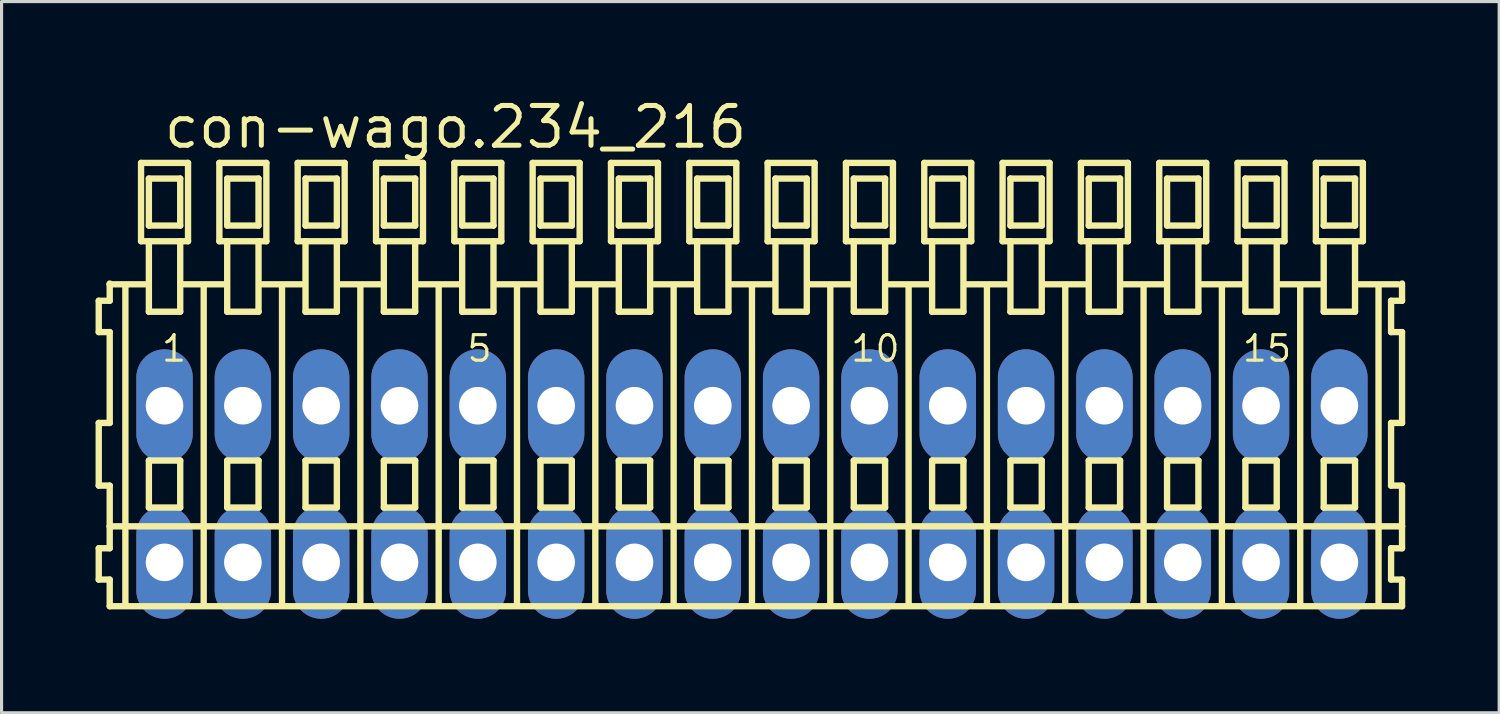
<source format=kicad_pcb>
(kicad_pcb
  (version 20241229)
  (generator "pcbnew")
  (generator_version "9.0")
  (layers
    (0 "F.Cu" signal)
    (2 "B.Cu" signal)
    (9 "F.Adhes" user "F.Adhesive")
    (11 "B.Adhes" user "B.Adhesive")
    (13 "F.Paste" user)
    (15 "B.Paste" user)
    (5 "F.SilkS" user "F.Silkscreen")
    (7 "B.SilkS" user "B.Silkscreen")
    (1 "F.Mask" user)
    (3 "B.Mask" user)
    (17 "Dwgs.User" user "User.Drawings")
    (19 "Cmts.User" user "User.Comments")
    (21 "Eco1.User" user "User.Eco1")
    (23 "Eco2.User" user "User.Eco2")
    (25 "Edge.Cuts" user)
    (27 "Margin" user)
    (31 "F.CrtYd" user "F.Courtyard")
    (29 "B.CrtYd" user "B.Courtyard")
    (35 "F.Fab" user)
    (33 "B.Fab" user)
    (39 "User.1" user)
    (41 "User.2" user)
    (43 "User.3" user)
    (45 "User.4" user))
  (footprint "con-wago.234_216"
    (layer "F.Cu")
    (at 20.952 12.4)
    (property "Reference" "con-wago.234_216" (at -18.85 -10.65 0) (layer "F.SilkS") (effects (font (size 1.27 1.27) (thickness 0.16)) (justify left bottom)))
    (attr through_hole)
    (fp_line (start -20.85 -5.85) (end -20.85 -4.85) (stroke (width 0.203) (type default)) (layer "F.SilkS"))
    (fp_line (start -20.85 -4.85) (end -20.5 -4.85) (stroke (width 0.203) (type default)) (layer "F.SilkS"))
    (fp_line (start -20.85 -1.95) (end -20.85 0.05) (stroke (width 0.203) (type default)) (layer "F.SilkS"))
    (fp_line (start -20.85 0.05) (end -20.5 0.05) (stroke (width 0.203) (type default)) (layer "F.SilkS"))
    (fp_line (start -20.85 2.05) (end -20.85 3.05) (stroke (width 0.203) (type default)) (layer "F.SilkS"))
    (fp_line (start -20.85 3.05) (end -20.5 3.05) (stroke (width 0.203) (type default)) (layer "F.SilkS"))
    (fp_line (start -20.5 -6.4) (end -20.5 -6.375) (stroke (width 0.203) (type default)) (layer "F.SilkS"))
    (fp_line (start -20.5 -6.375) (end -20.5 -5.85) (stroke (width 0.203) (type default)) (layer "F.SilkS"))
    (fp_line (start -20.5 -6.375) (end -19.375 -6.375) (stroke (width 0.203) (type default)) (layer "F.SilkS"))
    (fp_line (start -20.5 -5.85) (end -20.85 -5.85) (stroke (width 0.203) (type default)) (layer "F.SilkS"))
    (fp_line (start -20.5 -4.85) (end -20.5 -1.95) (stroke (width 0.203) (type default)) (layer "F.SilkS"))
    (fp_line (start -20.5 -1.95) (end -20.85 -1.95) (stroke (width 0.203) (type default)) (layer "F.SilkS"))
    (fp_line (start -20.5 0.05) (end -20.5 1.35) (stroke (width 0.203) (type default)) (layer "F.SilkS"))
    (fp_line (start -20.5 1.35) (end -20.5 2.05) (stroke (width 0.203) (type default)) (layer "F.SilkS"))
    (fp_line (start -20.5 1.35) (end 20.75 1.35) (stroke (width 0.203) (type default)) (layer "F.SilkS"))
    (fp_line (start -20.5 2.05) (end -20.85 2.05) (stroke (width 0.203) (type default)) (layer "F.SilkS"))
    (fp_line (start -20.5 3.05) (end -20.5 3.9) (stroke (width 0.203) (type default)) (layer "F.SilkS"))
    (fp_line (start -20.5 3.9) (end 20.75 3.9) (stroke (width 0.203) (type default)) (layer "F.SilkS"))
    (fp_line (start -20 -6.35) (end -20 3.8) (stroke (width 0.203) (type default)) (layer "F.SilkS"))
    (fp_line (start -19.5 -10.25) (end -19.5 -7.75) (stroke (width 0.203) (type default)) (layer "F.SilkS"))
    (fp_line (start -19.5 -7.75) (end -19.25 -7.75) (stroke (width 0.203) (type default)) (layer "F.SilkS"))
    (fp_line (start -19.25 -9.75) (end -19.25 -8.25) (stroke (width 0.203) (type default)) (layer "F.SilkS"))
    (fp_line (start -19.25 -8.25) (end -18.25 -8.25) (stroke (width 0.203) (type default)) (layer "F.SilkS"))
    (fp_line (start -19.25 -7.75) (end -19.25 -5.5) (stroke (width 0.203) (type default)) (layer "F.SilkS"))
    (fp_line (start -19.25 -7.75) (end -18.25 -7.75) (stroke (width 0.203) (type default)) (layer "F.SilkS"))
    (fp_line (start -19.25 -5.5) (end -18.25 -5.5) (stroke (width 0.203) (type default)) (layer "F.SilkS"))
    (fp_line (start -19.25 -0.75) (end -19.25 0.75) (stroke (width 0.203) (type default)) (layer "F.SilkS"))
    (fp_line (start -19.25 0.75) (end -18.25 0.75) (stroke (width 0.203) (type default)) (layer "F.SilkS"))
    (fp_line (start -18.25 -9.75) (end -19.25 -9.75) (stroke (width 0.203) (type default)) (layer "F.SilkS"))
    (fp_line (start -18.25 -8.25) (end -18.25 -9.75) (stroke (width 0.203) (type default)) (layer "F.SilkS"))
    (fp_line (start -18.25 -7.75) (end -18 -7.75) (stroke (width 0.203) (type default)) (layer "F.SilkS"))
    (fp_line (start -18.25 -5.5) (end -18.25 -7.75) (stroke (width 0.203) (type default)) (layer "F.SilkS"))
    (fp_line (start -18.25 -0.75) (end -19.25 -0.75) (stroke (width 0.203) (type default)) (layer "F.SilkS"))
    (fp_line (start -18.25 0.75) (end -18.25 -0.75) (stroke (width 0.203) (type default)) (layer "F.SilkS"))
    (fp_line (start -18.125 -6.375) (end -16.875 -6.375) (stroke (width 0.203) (type default)) (layer "F.SilkS"))
    (fp_line (start -18 -10.25) (end -19.5 -10.25) (stroke (width 0.203) (type default)) (layer "F.SilkS"))
    (fp_line (start -18 -7.75) (end -18 -10.25) (stroke (width 0.203) (type default)) (layer "F.SilkS"))
    (fp_line (start -17.5 -6.35) (end -17.5 3.8) (stroke (width 0.203) (type default)) (layer "F.SilkS"))
    (fp_line (start -17 -10.25) (end -17 -7.75) (stroke (width 0.203) (type default)) (layer "F.SilkS"))
    (fp_line (start -17 -7.75) (end -16.75 -7.75) (stroke (width 0.203) (type default)) (layer "F.SilkS"))
    (fp_line (start -16.75 -9.75) (end -16.75 -8.25) (stroke (width 0.203) (type default)) (layer "F.SilkS"))
    (fp_line (start -16.75 -8.25) (end -15.75 -8.25) (stroke (width 0.203) (type default)) (layer "F.SilkS"))
    (fp_line (start -16.75 -7.75) (end -16.75 -5.5) (stroke (width 0.203) (type default)) (layer "F.SilkS"))
    (fp_line (start -16.75 -7.75) (end -15.75 -7.75) (stroke (width 0.203) (type default)) (layer "F.SilkS"))
    (fp_line (start -16.75 -5.5) (end -15.75 -5.5) (stroke (width 0.203) (type default)) (layer "F.SilkS"))
    (fp_line (start -16.75 -0.75) (end -16.75 0.75) (stroke (width 0.203) (type default)) (layer "F.SilkS"))
    (fp_line (start -16.75 0.75) (end -15.75 0.75) (stroke (width 0.203) (type default)) (layer "F.SilkS"))
    (fp_line (start -15.75 -9.75) (end -16.75 -9.75) (stroke (width 0.203) (type default)) (layer "F.SilkS"))
    (fp_line (start -15.75 -8.25) (end -15.75 -9.75) (stroke (width 0.203) (type default)) (layer "F.SilkS"))
    (fp_line (start -15.75 -7.75) (end -15.5 -7.75) (stroke (width 0.203) (type default)) (layer "F.SilkS"))
    (fp_line (start -15.75 -5.5) (end -15.75 -7.75) (stroke (width 0.203) (type default)) (layer "F.SilkS"))
    (fp_line (start -15.75 -0.75) (end -16.75 -0.75) (stroke (width 0.203) (type default)) (layer "F.SilkS"))
    (fp_line (start -15.75 0.75) (end -15.75 -0.75) (stroke (width 0.203) (type default)) (layer "F.SilkS"))
    (fp_line (start -15.625 -6.375) (end -14.375 -6.375) (stroke (width 0.203) (type default)) (layer "F.SilkS"))
    (fp_line (start -15.5 -10.25) (end -17 -10.25) (stroke (width 0.203) (type default)) (layer "F.SilkS"))
    (fp_line (start -15.5 -7.75) (end -15.5 -10.25) (stroke (width 0.203) (type default)) (layer "F.SilkS"))
    (fp_line (start -15 -6.35) (end -15 3.8) (stroke (width 0.203) (type default)) (layer "F.SilkS"))
    (fp_line (start -14.5 -10.25) (end -14.5 -7.75) (stroke (width 0.203) (type default)) (layer "F.SilkS"))
    (fp_line (start -14.5 -7.75) (end -14.25 -7.75) (stroke (width 0.203) (type default)) (layer "F.SilkS"))
    (fp_line (start -14.25 -9.75) (end -14.25 -8.25) (stroke (width 0.203) (type default)) (layer "F.SilkS"))
    (fp_line (start -14.25 -8.25) (end -13.25 -8.25) (stroke (width 0.203) (type default)) (layer "F.SilkS"))
    (fp_line (start -14.25 -7.75) (end -14.25 -5.5) (stroke (width 0.203) (type default)) (layer "F.SilkS"))
    (fp_line (start -14.25 -7.75) (end -13.25 -7.75) (stroke (width 0.203) (type default)) (layer "F.SilkS"))
    (fp_line (start -14.25 -5.5) (end -13.25 -5.5) (stroke (width 0.203) (type default)) (layer "F.SilkS"))
    (fp_line (start -14.25 -0.75) (end -14.25 0.75) (stroke (width 0.203) (type default)) (layer "F.SilkS"))
    (fp_line (start -14.25 0.75) (end -13.25 0.75) (stroke (width 0.203) (type default)) (layer "F.SilkS"))
    (fp_line (start -13.25 -9.75) (end -14.25 -9.75) (stroke (width 0.203) (type default)) (layer "F.SilkS"))
    (fp_line (start -13.25 -8.25) (end -13.25 -9.75) (stroke (width 0.203) (type default)) (layer "F.SilkS"))
    (fp_line (start -13.25 -7.75) (end -13 -7.75) (stroke (width 0.203) (type default)) (layer "F.SilkS"))
    (fp_line (start -13.25 -5.5) (end -13.25 -7.75) (stroke (width 0.203) (type default)) (layer "F.SilkS"))
    (fp_line (start -13.25 -0.75) (end -14.25 -0.75) (stroke (width 0.203) (type default)) (layer "F.SilkS"))
    (fp_line (start -13.25 0.75) (end -13.25 -0.75) (stroke (width 0.203) (type default)) (layer "F.SilkS"))
    (fp_line (start -13.125 -6.375) (end -11.875 -6.375) (stroke (width 0.203) (type default)) (layer "F.SilkS"))
    (fp_line (start -13 -10.25) (end -14.5 -10.25) (stroke (width 0.203) (type default)) (layer "F.SilkS"))
    (fp_line (start -13 -7.75) (end -13 -10.25) (stroke (width 0.203) (type default)) (layer "F.SilkS"))
    (fp_line (start -12.5 -6.35) (end -12.5 3.8) (stroke (width 0.203) (type default)) (layer "F.SilkS"))
    (fp_line (start -12 -10.25) (end -12 -7.75) (stroke (width 0.203) (type default)) (layer "F.SilkS"))
    (fp_line (start -12 -7.75) (end -11.75 -7.75) (stroke (width 0.203) (type default)) (layer "F.SilkS"))
    (fp_line (start -11.75 -9.75) (end -11.75 -8.25) (stroke (width 0.203) (type default)) (layer "F.SilkS"))
    (fp_line (start -11.75 -8.25) (end -10.75 -8.25) (stroke (width 0.203) (type default)) (layer "F.SilkS"))
    (fp_line (start -11.75 -7.75) (end -11.75 -5.5) (stroke (width 0.203) (type default)) (layer "F.SilkS"))
    (fp_line (start -11.75 -7.75) (end -10.75 -7.75) (stroke (width 0.203) (type default)) (layer "F.SilkS"))
    (fp_line (start -11.75 -5.5) (end -10.75 -5.5) (stroke (width 0.203) (type default)) (layer "F.SilkS"))
    (fp_line (start -11.75 -0.75) (end -11.75 0.75) (stroke (width 0.203) (type default)) (layer "F.SilkS"))
    (fp_line (start -11.75 0.75) (end -10.75 0.75) (stroke (width 0.203) (type default)) (layer "F.SilkS"))
    (fp_line (start -10.75 -9.75) (end -11.75 -9.75) (stroke (width 0.203) (type default)) (layer "F.SilkS"))
    (fp_line (start -10.75 -8.25) (end -10.75 -9.75) (stroke (width 0.203) (type default)) (layer "F.SilkS"))
    (fp_line (start -10.75 -7.75) (end -10.5 -7.75) (stroke (width 0.203) (type default)) (layer "F.SilkS"))
    (fp_line (start -10.75 -5.5) (end -10.75 -7.75) (stroke (width 0.203) (type default)) (layer "F.SilkS"))
    (fp_line (start -10.75 -0.75) (end -11.75 -0.75) (stroke (width 0.203) (type default)) (layer "F.SilkS"))
    (fp_line (start -10.75 0.75) (end -10.75 -0.75) (stroke (width 0.203) (type default)) (layer "F.SilkS"))
    (fp_line (start -10.625 -6.375) (end -9.375 -6.375) (stroke (width 0.203) (type default)) (layer "F.SilkS"))
    (fp_line (start -10.5 -10.25) (end -12 -10.25) (stroke (width 0.203) (type default)) (layer "F.SilkS"))
    (fp_line (start -10.5 -7.75) (end -10.5 -10.25) (stroke (width 0.203) (type default)) (layer "F.SilkS"))
    (fp_line (start -10 -6.35) (end -10 3.8) (stroke (width 0.203) (type default)) (layer "F.SilkS"))
    (fp_line (start -9.5 -10.25) (end -9.5 -7.75) (stroke (width 0.203) (type default)) (layer "F.SilkS"))
    (fp_line (start -9.5 -7.75) (end -9.25 -7.75) (stroke (width 0.203) (type default)) (layer "F.SilkS"))
    (fp_line (start -9.25 -9.75) (end -9.25 -8.25) (stroke (width 0.203) (type default)) (layer "F.SilkS"))
    (fp_line (start -9.25 -8.25) (end -8.25 -8.25) (stroke (width 0.203) (type default)) (layer "F.SilkS"))
    (fp_line (start -9.25 -7.75) (end -9.25 -5.5) (stroke (width 0.203) (type default)) (layer "F.SilkS"))
    (fp_line (start -9.25 -7.75) (end -8.25 -7.75) (stroke (width 0.203) (type default)) (layer "F.SilkS"))
    (fp_line (start -9.25 -5.5) (end -8.25 -5.5) (stroke (width 0.203) (type default)) (layer "F.SilkS"))
    (fp_line (start -9.25 -0.75) (end -9.25 0.75) (stroke (width 0.203) (type default)) (layer "F.SilkS"))
    (fp_line (start -9.25 0.75) (end -8.25 0.75) (stroke (width 0.203) (type default)) (layer "F.SilkS"))
    (fp_line (start -8.25 -9.75) (end -9.25 -9.75) (stroke (width 0.203) (type default)) (layer "F.SilkS"))
    (fp_line (start -8.25 -8.25) (end -8.25 -9.75) (stroke (width 0.203) (type default)) (layer "F.SilkS"))
    (fp_line (start -8.25 -7.75) (end -8 -7.75) (stroke (width 0.203) (type default)) (layer "F.SilkS"))
    (fp_line (start -8.25 -5.5) (end -8.25 -7.75) (stroke (width 0.203) (type default)) (layer "F.SilkS"))
    (fp_line (start -8.25 -0.75) (end -9.25 -0.75) (stroke (width 0.203) (type default)) (layer "F.SilkS"))
    (fp_line (start -8.25 0.75) (end -8.25 -0.75) (stroke (width 0.203) (type default)) (layer "F.SilkS"))
    (fp_line (start -8.125 -6.375) (end -6.875 -6.375) (stroke (width 0.203) (type default)) (layer "F.SilkS"))
    (fp_line (start -8 -10.25) (end -9.5 -10.25) (stroke (width 0.203) (type default)) (layer "F.SilkS"))
    (fp_line (start -8 -7.75) (end -8 -10.25) (stroke (width 0.203) (type default)) (layer "F.SilkS"))
    (fp_line (start -7.5 -6.35) (end -7.5 3.8) (stroke (width 0.203) (type default)) (layer "F.SilkS"))
    (fp_line (start -7 -10.25) (end -7 -7.75) (stroke (width 0.203) (type default)) (layer "F.SilkS"))
    (fp_line (start -7 -7.75) (end -6.75 -7.75) (stroke (width 0.203) (type default)) (layer "F.SilkS"))
    (fp_line (start -6.75 -9.75) (end -6.75 -8.25) (stroke (width 0.203) (type default)) (layer "F.SilkS"))
    (fp_line (start -6.75 -8.25) (end -5.75 -8.25) (stroke (width 0.203) (type default)) (layer "F.SilkS"))
    (fp_line (start -6.75 -7.75) (end -6.75 -5.5) (stroke (width 0.203) (type default)) (layer "F.SilkS"))
    (fp_line (start -6.75 -7.75) (end -5.75 -7.75) (stroke (width 0.203) (type default)) (layer "F.SilkS"))
    (fp_line (start -6.75 -5.5) (end -5.75 -5.5) (stroke (width 0.203) (type default)) (layer "F.SilkS"))
    (fp_line (start -6.75 -0.75) (end -6.75 0.75) (stroke (width 0.203) (type default)) (layer "F.SilkS"))
    (fp_line (start -6.75 0.75) (end -5.75 0.75) (stroke (width 0.203) (type default)) (layer "F.SilkS"))
    (fp_line (start -5.75 -9.75) (end -6.75 -9.75) (stroke (width 0.203) (type default)) (layer "F.SilkS"))
    (fp_line (start -5.75 -8.25) (end -5.75 -9.75) (stroke (width 0.203) (type default)) (layer "F.SilkS"))
    (fp_line (start -5.75 -7.75) (end -5.5 -7.75) (stroke (width 0.203) (type default)) (layer "F.SilkS"))
    (fp_line (start -5.75 -5.5) (end -5.75 -7.75) (stroke (width 0.203) (type default)) (layer "F.SilkS"))
    (fp_line (start -5.75 -0.75) (end -6.75 -0.75) (stroke (width 0.203) (type default)) (layer "F.SilkS"))
    (fp_line (start -5.75 0.75) (end -5.75 -0.75) (stroke (width 0.203) (type default)) (layer "F.SilkS"))
    (fp_line (start -5.625 -6.375) (end -4.375 -6.375) (stroke (width 0.203) (type default)) (layer "F.SilkS"))
    (fp_line (start -5.5 -10.25) (end -7 -10.25) (stroke (width 0.203) (type default)) (layer "F.SilkS"))
    (fp_line (start -5.5 -7.75) (end -5.5 -10.25) (stroke (width 0.203) (type default)) (layer "F.SilkS"))
    (fp_line (start -5 -6.35) (end -5 3.8) (stroke (width 0.203) (type default)) (layer "F.SilkS"))
    (fp_line (start -4.5 -10.25) (end -4.5 -7.75) (stroke (width 0.203) (type default)) (layer "F.SilkS"))
    (fp_line (start -4.5 -7.75) (end -4.25 -7.75) (stroke (width 0.203) (type default)) (layer "F.SilkS"))
    (fp_line (start -4.25 -9.75) (end -4.25 -8.25) (stroke (width 0.203) (type default)) (layer "F.SilkS"))
    (fp_line (start -4.25 -8.25) (end -3.25 -8.25) (stroke (width 0.203) (type default)) (layer "F.SilkS"))
    (fp_line (start -4.25 -7.75) (end -4.25 -5.5) (stroke (width 0.203) (type default)) (layer "F.SilkS"))
    (fp_line (start -4.25 -7.75) (end -3.25 -7.75) (stroke (width 0.203) (type default)) (layer "F.SilkS"))
    (fp_line (start -4.25 -5.5) (end -3.25 -5.5) (stroke (width 0.203) (type default)) (layer "F.SilkS"))
    (fp_line (start -4.25 -0.75) (end -4.25 0.75) (stroke (width 0.203) (type default)) (layer "F.SilkS"))
    (fp_line (start -4.25 0.75) (end -3.25 0.75) (stroke (width 0.203) (type default)) (layer "F.SilkS"))
    (fp_line (start -3.25 -9.75) (end -4.25 -9.75) (stroke (width 0.203) (type default)) (layer "F.SilkS"))
    (fp_line (start -3.25 -8.25) (end -3.25 -9.75) (stroke (width 0.203) (type default)) (layer "F.SilkS"))
    (fp_line (start -3.25 -7.75) (end -3 -7.75) (stroke (width 0.203) (type default)) (layer "F.SilkS"))
    (fp_line (start -3.25 -5.5) (end -3.25 -7.75) (stroke (width 0.203) (type default)) (layer "F.SilkS"))
    (fp_line (start -3.25 -0.75) (end -4.25 -0.75) (stroke (width 0.203) (type default)) (layer "F.SilkS"))
    (fp_line (start -3.25 0.75) (end -3.25 -0.75) (stroke (width 0.203) (type default)) (layer "F.SilkS"))
    (fp_line (start -3.125 -6.375) (end -1.875 -6.375) (stroke (width 0.203) (type default)) (layer "F.SilkS"))
    (fp_line (start -3 -10.25) (end -4.5 -10.25) (stroke (width 0.203) (type default)) (layer "F.SilkS"))
    (fp_line (start -3 -7.75) (end -3 -10.25) (stroke (width 0.203) (type default)) (layer "F.SilkS"))
    (fp_line (start -2.5 -6.35) (end -2.5 3.8) (stroke (width 0.203) (type default)) (layer "F.SilkS"))
    (fp_line (start -2 -10.25) (end -2 -7.75) (stroke (width 0.203) (type default)) (layer "F.SilkS"))
    (fp_line (start -2 -7.75) (end -1.75 -7.75) (stroke (width 0.203) (type default)) (layer "F.SilkS"))
    (fp_line (start -1.75 -9.75) (end -1.75 -8.25) (stroke (width 0.203) (type default)) (layer "F.SilkS"))
    (fp_line (start -1.75 -8.25) (end -0.75 -8.25) (stroke (width 0.203) (type default)) (layer "F.SilkS"))
    (fp_line (start -1.75 -7.75) (end -1.75 -5.5) (stroke (width 0.203) (type default)) (layer "F.SilkS"))
    (fp_line (start -1.75 -7.75) (end -0.75 -7.75) (stroke (width 0.203) (type default)) (layer "F.SilkS"))
    (fp_line (start -1.75 -5.5) (end -0.75 -5.5) (stroke (width 0.203) (type default)) (layer "F.SilkS"))
    (fp_line (start -1.75 -0.75) (end -1.75 0.75) (stroke (width 0.203) (type default)) (layer "F.SilkS"))
    (fp_line (start -1.75 0.75) (end -0.75 0.75) (stroke (width 0.203) (type default)) (layer "F.SilkS"))
    (fp_line (start -0.75 -9.75) (end -1.75 -9.75) (stroke (width 0.203) (type default)) (layer "F.SilkS"))
    (fp_line (start -0.75 -8.25) (end -0.75 -9.75) (stroke (width 0.203) (type default)) (layer "F.SilkS"))
    (fp_line (start -0.75 -7.75) (end -0.5 -7.75) (stroke (width 0.203) (type default)) (layer "F.SilkS"))
    (fp_line (start -0.75 -5.5) (end -0.75 -7.75) (stroke (width 0.203) (type default)) (layer "F.SilkS"))
    (fp_line (start -0.75 -0.75) (end -1.75 -0.75) (stroke (width 0.203) (type default)) (layer "F.SilkS"))
    (fp_line (start -0.75 0.75) (end -0.75 -0.75) (stroke (width 0.203) (type default)) (layer "F.SilkS"))
    (fp_line (start -0.625 -6.375) (end 0.625 -6.375) (stroke (width 0.203) (type default)) (layer "F.SilkS"))
    (fp_line (start -0.5 -10.25) (end -2 -10.25) (stroke (width 0.203) (type default)) (layer "F.SilkS"))
    (fp_line (start -0.5 -7.75) (end -0.5 -10.25) (stroke (width 0.203) (type default)) (layer "F.SilkS"))
    (fp_line (start 0 -6.35) (end 0 3.8) (stroke (width 0.203) (type default)) (layer "F.SilkS"))
    (fp_line (start 0.5 -10.25) (end 0.5 -7.75) (stroke (width 0.203) (type default)) (layer "F.SilkS"))
    (fp_line (start 0.5 -7.75) (end 0.75 -7.75) (stroke (width 0.203) (type default)) (layer "F.SilkS"))
    (fp_line (start 0.75 -9.75) (end 0.75 -8.25) (stroke (width 0.203) (type default)) (layer "F.SilkS"))
    (fp_line (start 0.75 -8.25) (end 1.75 -8.25) (stroke (width 0.203) (type default)) (layer "F.SilkS"))
    (fp_line (start 0.75 -7.75) (end 0.75 -5.5) (stroke (width 0.203) (type default)) (layer "F.SilkS"))
    (fp_line (start 0.75 -7.75) (end 1.75 -7.75) (stroke (width 0.203) (type default)) (layer "F.SilkS"))
    (fp_line (start 0.75 -5.5) (end 1.75 -5.5) (stroke (width 0.203) (type default)) (layer "F.SilkS"))
    (fp_line (start 0.75 -0.75) (end 0.75 0.75) (stroke (width 0.203) (type default)) (layer "F.SilkS"))
    (fp_line (start 0.75 0.75) (end 1.75 0.75) (stroke (width 0.203) (type default)) (layer "F.SilkS"))
    (fp_line (start 1.75 -9.75) (end 0.75 -9.75) (stroke (width 0.203) (type default)) (layer "F.SilkS"))
    (fp_line (start 1.75 -8.25) (end 1.75 -9.75) (stroke (width 0.203) (type default)) (layer "F.SilkS"))
    (fp_line (start 1.75 -7.75) (end 2 -7.75) (stroke (width 0.203) (type default)) (layer "F.SilkS"))
    (fp_line (start 1.75 -5.5) (end 1.75 -7.75) (stroke (width 0.203) (type default)) (layer "F.SilkS"))
    (fp_line (start 1.75 -0.75) (end 0.75 -0.75) (stroke (width 0.203) (type default)) (layer "F.SilkS"))
    (fp_line (start 1.75 0.75) (end 1.75 -0.75) (stroke (width 0.203) (type default)) (layer "F.SilkS"))
    (fp_line (start 1.875 -6.375) (end 3.125 -6.375) (stroke (width 0.203) (type default)) (layer "F.SilkS"))
    (fp_line (start 2 -10.25) (end 0.5 -10.25) (stroke (width 0.203) (type default)) (layer "F.SilkS"))
    (fp_line (start 2 -7.75) (end 2 -10.25) (stroke (width 0.203) (type default)) (layer "F.SilkS"))
    (fp_line (start 2.5 -6.35) (end 2.5 3.8) (stroke (width 0.203) (type default)) (layer "F.SilkS"))
    (fp_line (start 3 -10.25) (end 3 -7.75) (stroke (width 0.203) (type default)) (layer "F.SilkS"))
    (fp_line (start 3 -7.75) (end 3.25 -7.75) (stroke (width 0.203) (type default)) (layer "F.SilkS"))
    (fp_line (start 3.25 -9.75) (end 3.25 -8.25) (stroke (width 0.203) (type default)) (layer "F.SilkS"))
    (fp_line (start 3.25 -8.25) (end 4.25 -8.25) (stroke (width 0.203) (type default)) (layer "F.SilkS"))
    (fp_line (start 3.25 -7.75) (end 3.25 -5.5) (stroke (width 0.203) (type default)) (layer "F.SilkS"))
    (fp_line (start 3.25 -7.75) (end 4.25 -7.75) (stroke (width 0.203) (type default)) (layer "F.SilkS"))
    (fp_line (start 3.25 -5.5) (end 4.25 -5.5) (stroke (width 0.203) (type default)) (layer "F.SilkS"))
    (fp_line (start 3.25 -0.75) (end 3.25 0.75) (stroke (width 0.203) (type default)) (layer "F.SilkS"))
    (fp_line (start 3.25 0.75) (end 4.25 0.75) (stroke (width 0.203) (type default)) (layer "F.SilkS"))
    (fp_line (start 4.25 -9.75) (end 3.25 -9.75) (stroke (width 0.203) (type default)) (layer "F.SilkS"))
    (fp_line (start 4.25 -8.25) (end 4.25 -9.75) (stroke (width 0.203) (type default)) (layer "F.SilkS"))
    (fp_line (start 4.25 -7.75) (end 4.5 -7.75) (stroke (width 0.203) (type default)) (layer "F.SilkS"))
    (fp_line (start 4.25 -5.5) (end 4.25 -7.75) (stroke (width 0.203) (type default)) (layer "F.SilkS"))
    (fp_line (start 4.25 -0.75) (end 3.25 -0.75) (stroke (width 0.203) (type default)) (layer "F.SilkS"))
    (fp_line (start 4.25 0.75) (end 4.25 -0.75) (stroke (width 0.203) (type default)) (layer "F.SilkS"))
    (fp_line (start 4.375 -6.375) (end 5.625 -6.375) (stroke (width 0.203) (type default)) (layer "F.SilkS"))
    (fp_line (start 4.5 -10.25) (end 3 -10.25) (stroke (width 0.203) (type default)) (layer "F.SilkS"))
    (fp_line (start 4.5 -7.75) (end 4.5 -10.25) (stroke (width 0.203) (type default)) (layer "F.SilkS"))
    (fp_line (start 5 -6.35) (end 5 3.8) (stroke (width 0.203) (type default)) (layer "F.SilkS"))
    (fp_line (start 5.5 -10.25) (end 5.5 -7.75) (stroke (width 0.203) (type default)) (layer "F.SilkS"))
    (fp_line (start 5.5 -7.75) (end 5.75 -7.75) (stroke (width 0.203) (type default)) (layer "F.SilkS"))
    (fp_line (start 5.75 -9.75) (end 5.75 -8.25) (stroke (width 0.203) (type default)) (layer "F.SilkS"))
    (fp_line (start 5.75 -8.25) (end 6.75 -8.25) (stroke (width 0.203) (type default)) (layer "F.SilkS"))
    (fp_line (start 5.75 -7.75) (end 5.75 -5.5) (stroke (width 0.203) (type default)) (layer "F.SilkS"))
    (fp_line (start 5.75 -7.75) (end 6.75 -7.75) (stroke (width 0.203) (type default)) (layer "F.SilkS"))
    (fp_line (start 5.75 -5.5) (end 6.75 -5.5) (stroke (width 0.203) (type default)) (layer "F.SilkS"))
    (fp_line (start 5.75 -0.75) (end 5.75 0.75) (stroke (width 0.203) (type default)) (layer "F.SilkS"))
    (fp_line (start 5.75 0.75) (end 6.75 0.75) (stroke (width 0.203) (type default)) (layer "F.SilkS"))
    (fp_line (start 6.75 -9.75) (end 5.75 -9.75) (stroke (width 0.203) (type default)) (layer "F.SilkS"))
    (fp_line (start 6.75 -8.25) (end 6.75 -9.75) (stroke (width 0.203) (type default)) (layer "F.SilkS"))
    (fp_line (start 6.75 -7.75) (end 7 -7.75) (stroke (width 0.203) (type default)) (layer "F.SilkS"))
    (fp_line (start 6.75 -5.5) (end 6.75 -7.75) (stroke (width 0.203) (type default)) (layer "F.SilkS"))
    (fp_line (start 6.75 -0.75) (end 5.75 -0.75) (stroke (width 0.203) (type default)) (layer "F.SilkS"))
    (fp_line (start 6.75 0.75) (end 6.75 -0.75) (stroke (width 0.203) (type default)) (layer "F.SilkS"))
    (fp_line (start 6.875 -6.375) (end 8.125 -6.375) (stroke (width 0.203) (type default)) (layer "F.SilkS"))
    (fp_line (start 7 -10.25) (end 5.5 -10.25) (stroke (width 0.203) (type default)) (layer "F.SilkS"))
    (fp_line (start 7 -7.75) (end 7 -10.25) (stroke (width 0.203) (type default)) (layer "F.SilkS"))
    (fp_line (start 7.5 -6.35) (end 7.5 3.8) (stroke (width 0.203) (type default)) (layer "F.SilkS"))
    (fp_line (start 8 -10.25) (end 8 -7.75) (stroke (width 0.203) (type default)) (layer "F.SilkS"))
    (fp_line (start 8 -7.75) (end 8.25 -7.75) (stroke (width 0.203) (type default)) (layer "F.SilkS"))
    (fp_line (start 8.25 -9.75) (end 8.25 -8.25) (stroke (width 0.203) (type default)) (layer "F.SilkS"))
    (fp_line (start 8.25 -8.25) (end 9.25 -8.25) (stroke (width 0.203) (type default)) (layer "F.SilkS"))
    (fp_line (start 8.25 -7.75) (end 8.25 -5.5) (stroke (width 0.203) (type default)) (layer "F.SilkS"))
    (fp_line (start 8.25 -7.75) (end 9.25 -7.75) (stroke (width 0.203) (type default)) (layer "F.SilkS"))
    (fp_line (start 8.25 -5.5) (end 9.25 -5.5) (stroke (width 0.203) (type default)) (layer "F.SilkS"))
    (fp_line (start 8.25 -0.75) (end 8.25 0.75) (stroke (width 0.203) (type default)) (layer "F.SilkS"))
    (fp_line (start 8.25 0.75) (end 9.25 0.75) (stroke (width 0.203) (type default)) (layer "F.SilkS"))
    (fp_line (start 9.25 -9.75) (end 8.25 -9.75) (stroke (width 0.203) (type default)) (layer "F.SilkS"))
    (fp_line (start 9.25 -8.25) (end 9.25 -9.75) (stroke (width 0.203) (type default)) (layer "F.SilkS"))
    (fp_line (start 9.25 -7.75) (end 9.5 -7.75) (stroke (width 0.203) (type default)) (layer "F.SilkS"))
    (fp_line (start 9.25 -5.5) (end 9.25 -7.75) (stroke (width 0.203) (type default)) (layer "F.SilkS"))
    (fp_line (start 9.25 -0.75) (end 8.25 -0.75) (stroke (width 0.203) (type default)) (layer "F.SilkS"))
    (fp_line (start 9.25 0.75) (end 9.25 -0.75) (stroke (width 0.203) (type default)) (layer "F.SilkS"))
    (fp_line (start 9.375 -6.375) (end 10.625 -6.375) (stroke (width 0.203) (type default)) (layer "F.SilkS"))
    (fp_line (start 9.5 -10.25) (end 8 -10.25) (stroke (width 0.203) (type default)) (layer "F.SilkS"))
    (fp_line (start 9.5 -7.75) (end 9.5 -10.25) (stroke (width 0.203) (type default)) (layer "F.SilkS"))
    (fp_line (start 10 -6.35) (end 10 3.8) (stroke (width 0.203) (type default)) (layer "F.SilkS"))
    (fp_line (start 10.5 -10.25) (end 10.5 -7.75) (stroke (width 0.203) (type default)) (layer "F.SilkS"))
    (fp_line (start 10.5 -7.75) (end 10.75 -7.75) (stroke (width 0.203) (type default)) (layer "F.SilkS"))
    (fp_line (start 10.75 -9.75) (end 10.75 -8.25) (stroke (width 0.203) (type default)) (layer "F.SilkS"))
    (fp_line (start 10.75 -8.25) (end 11.75 -8.25) (stroke (width 0.203) (type default)) (layer "F.SilkS"))
    (fp_line (start 10.75 -7.75) (end 10.75 -5.5) (stroke (width 0.203) (type default)) (layer "F.SilkS"))
    (fp_line (start 10.75 -7.75) (end 11.75 -7.75) (stroke (width 0.203) (type default)) (layer "F.SilkS"))
    (fp_line (start 10.75 -5.5) (end 11.75 -5.5) (stroke (width 0.203) (type default)) (layer "F.SilkS"))
    (fp_line (start 10.75 -0.75) (end 10.75 0.75) (stroke (width 0.203) (type default)) (layer "F.SilkS"))
    (fp_line (start 10.75 0.75) (end 11.75 0.75) (stroke (width 0.203) (type default)) (layer "F.SilkS"))
    (fp_line (start 11.75 -9.75) (end 10.75 -9.75) (stroke (width 0.203) (type default)) (layer "F.SilkS"))
    (fp_line (start 11.75 -8.25) (end 11.75 -9.75) (stroke (width 0.203) (type default)) (layer "F.SilkS"))
    (fp_line (start 11.75 -7.75) (end 12 -7.75) (stroke (width 0.203) (type default)) (layer "F.SilkS"))
    (fp_line (start 11.75 -5.5) (end 11.75 -7.75) (stroke (width 0.203) (type default)) (layer "F.SilkS"))
    (fp_line (start 11.75 -0.75) (end 10.75 -0.75) (stroke (width 0.203) (type default)) (layer "F.SilkS"))
    (fp_line (start 11.75 0.75) (end 11.75 -0.75) (stroke (width 0.203) (type default)) (layer "F.SilkS"))
    (fp_line (start 11.875 -6.375) (end 13.125 -6.375) (stroke (width 0.203) (type default)) (layer "F.SilkS"))
    (fp_line (start 12 -10.25) (end 10.5 -10.25) (stroke (width 0.203) (type default)) (layer "F.SilkS"))
    (fp_line (start 12 -7.75) (end 12 -10.25) (stroke (width 0.203) (type default)) (layer "F.SilkS"))
    (fp_line (start 12.5 -6.35) (end 12.5 3.8) (stroke (width 0.203) (type default)) (layer "F.SilkS"))
    (fp_line (start 13 -10.25) (end 13 -7.75) (stroke (width 0.203) (type default)) (layer "F.SilkS"))
    (fp_line (start 13 -7.75) (end 13.25 -7.75) (stroke (width 0.203) (type default)) (layer "F.SilkS"))
    (fp_line (start 13.25 -9.75) (end 13.25 -8.25) (stroke (width 0.203) (type default)) (layer "F.SilkS"))
    (fp_line (start 13.25 -8.25) (end 14.25 -8.25) (stroke (width 0.203) (type default)) (layer "F.SilkS"))
    (fp_line (start 13.25 -7.75) (end 13.25 -5.5) (stroke (width 0.203) (type default)) (layer "F.SilkS"))
    (fp_line (start 13.25 -7.75) (end 14.25 -7.75) (stroke (width 0.203) (type default)) (layer "F.SilkS"))
    (fp_line (start 13.25 -5.5) (end 14.25 -5.5) (stroke (width 0.203) (type default)) (layer "F.SilkS"))
    (fp_line (start 13.25 -0.75) (end 13.25 0.75) (stroke (width 0.203) (type default)) (layer "F.SilkS"))
    (fp_line (start 13.25 0.75) (end 14.25 0.75) (stroke (width 0.203) (type default)) (layer "F.SilkS"))
    (fp_line (start 14.25 -9.75) (end 13.25 -9.75) (stroke (width 0.203) (type default)) (layer "F.SilkS"))
    (fp_line (start 14.25 -8.25) (end 14.25 -9.75) (stroke (width 0.203) (type default)) (layer "F.SilkS"))
    (fp_line (start 14.25 -7.75) (end 14.5 -7.75) (stroke (width 0.203) (type default)) (layer "F.SilkS"))
    (fp_line (start 14.25 -5.5) (end 14.25 -7.75) (stroke (width 0.203) (type default)) (layer "F.SilkS"))
    (fp_line (start 14.25 -0.75) (end 13.25 -0.75) (stroke (width 0.203) (type default)) (layer "F.SilkS"))
    (fp_line (start 14.25 0.75) (end 14.25 -0.75) (stroke (width 0.203) (type default)) (layer "F.SilkS"))
    (fp_line (start 14.375 -6.375) (end 15.625 -6.375) (stroke (width 0.203) (type default)) (layer "F.SilkS"))
    (fp_line (start 14.5 -10.25) (end 13 -10.25) (stroke (width 0.203) (type default)) (layer "F.SilkS"))
    (fp_line (start 14.5 -7.75) (end 14.5 -10.25) (stroke (width 0.203) (type default)) (layer "F.SilkS"))
    (fp_line (start 15 -6.35) (end 15 3.8) (stroke (width 0.203) (type default)) (layer "F.SilkS"))
    (fp_line (start 15.5 -10.25) (end 15.5 -7.75) (stroke (width 0.203) (type default)) (layer "F.SilkS"))
    (fp_line (start 15.5 -7.75) (end 15.75 -7.75) (stroke (width 0.203) (type default)) (layer "F.SilkS"))
    (fp_line (start 15.75 -9.75) (end 15.75 -8.25) (stroke (width 0.203) (type default)) (layer "F.SilkS"))
    (fp_line (start 15.75 -8.25) (end 16.75 -8.25) (stroke (width 0.203) (type default)) (layer "F.SilkS"))
    (fp_line (start 15.75 -7.75) (end 15.75 -5.5) (stroke (width 0.203) (type default)) (layer "F.SilkS"))
    (fp_line (start 15.75 -7.75) (end 16.75 -7.75) (stroke (width 0.203) (type default)) (layer "F.SilkS"))
    (fp_line (start 15.75 -5.5) (end 16.75 -5.5) (stroke (width 0.203) (type default)) (layer "F.SilkS"))
    (fp_line (start 15.75 -0.75) (end 15.75 0.75) (stroke (width 0.203) (type default)) (layer "F.SilkS"))
    (fp_line (start 15.75 0.75) (end 16.75 0.75) (stroke (width 0.203) (type default)) (layer "F.SilkS"))
    (fp_line (start 16.75 -9.75) (end 15.75 -9.75) (stroke (width 0.203) (type default)) (layer "F.SilkS"))
    (fp_line (start 16.75 -8.25) (end 16.75 -9.75) (stroke (width 0.203) (type default)) (layer "F.SilkS"))
    (fp_line (start 16.75 -7.75) (end 17 -7.75) (stroke (width 0.203) (type default)) (layer "F.SilkS"))
    (fp_line (start 16.75 -5.5) (end 16.75 -7.75) (stroke (width 0.203) (type default)) (layer "F.SilkS"))
    (fp_line (start 16.75 -0.75) (end 15.75 -0.75) (stroke (width 0.203) (type default)) (layer "F.SilkS"))
    (fp_line (start 16.75 0.75) (end 16.75 -0.75) (stroke (width 0.203) (type default)) (layer "F.SilkS"))
    (fp_line (start 16.875 -6.375) (end 18.125 -6.375) (stroke (width 0.203) (type default)) (layer "F.SilkS"))
    (fp_line (start 17 -10.25) (end 15.5 -10.25) (stroke (width 0.203) (type default)) (layer "F.SilkS"))
    (fp_line (start 17 -7.75) (end 17 -10.25) (stroke (width 0.203) (type default)) (layer "F.SilkS"))
    (fp_line (start 17.5 -6.35) (end 17.5 3.8) (stroke (width 0.203) (type default)) (layer "F.SilkS"))
    (fp_line (start 18 -10.25) (end 18 -7.75) (stroke (width 0.203) (type default)) (layer "F.SilkS"))
    (fp_line (start 18 -7.75) (end 18.25 -7.75) (stroke (width 0.203) (type default)) (layer "F.SilkS"))
    (fp_line (start 18.25 -9.75) (end 18.25 -8.25) (stroke (width 0.203) (type default)) (layer "F.SilkS"))
    (fp_line (start 18.25 -8.25) (end 19.25 -8.25) (stroke (width 0.203) (type default)) (layer "F.SilkS"))
    (fp_line (start 18.25 -7.75) (end 18.25 -5.5) (stroke (width 0.203) (type default)) (layer "F.SilkS"))
    (fp_line (start 18.25 -7.75) (end 19.25 -7.75) (stroke (width 0.203) (type default)) (layer "F.SilkS"))
    (fp_line (start 18.25 -5.5) (end 19.25 -5.5) (stroke (width 0.203) (type default)) (layer "F.SilkS"))
    (fp_line (start 18.25 -0.75) (end 18.25 0.75) (stroke (width 0.203) (type default)) (layer "F.SilkS"))
    (fp_line (start 18.25 0.75) (end 19.25 0.75) (stroke (width 0.203) (type default)) (layer "F.SilkS"))
    (fp_line (start 19.25 -9.75) (end 18.25 -9.75) (stroke (width 0.203) (type default)) (layer "F.SilkS"))
    (fp_line (start 19.25 -8.25) (end 19.25 -9.75) (stroke (width 0.203) (type default)) (layer "F.SilkS"))
    (fp_line (start 19.25 -7.75) (end 19.5 -7.75) (stroke (width 0.203) (type default)) (layer "F.SilkS"))
    (fp_line (start 19.25 -5.5) (end 19.25 -7.75) (stroke (width 0.203) (type default)) (layer "F.SilkS"))
    (fp_line (start 19.25 -0.75) (end 18.25 -0.75) (stroke (width 0.203) (type default)) (layer "F.SilkS"))
    (fp_line (start 19.25 0.75) (end 19.25 -0.75) (stroke (width 0.203) (type default)) (layer "F.SilkS"))
    (fp_line (start 19.375 -6.375) (end 20.625 -6.375) (stroke (width 0.203) (type default)) (layer "F.SilkS"))
    (fp_line (start 19.5 -10.25) (end 18 -10.25) (stroke (width 0.203) (type default)) (layer "F.SilkS"))
    (fp_line (start 19.5 -7.75) (end 19.5 -10.25) (stroke (width 0.203) (type default)) (layer "F.SilkS"))
    (fp_line (start 20 -6.35) (end 20 3.8) (stroke (width 0.203) (type default)) (layer "F.SilkS"))
    (fp_line (start 20.4 -5.85) (end 20.4 -4.85) (stroke (width 0.203) (type default)) (layer "F.SilkS"))
    (fp_line (start 20.4 -4.85) (end 20.75 -4.85) (stroke (width 0.203) (type default)) (layer "F.SilkS"))
    (fp_line (start 20.4 -1.95) (end 20.4 0.05) (stroke (width 0.203) (type default)) (layer "F.SilkS"))
    (fp_line (start 20.4 0.05) (end 20.75 0.05) (stroke (width 0.203) (type default)) (layer "F.SilkS"))
    (fp_line (start 20.4 2.05) (end 20.4 3.05) (stroke (width 0.203) (type default)) (layer "F.SilkS"))
    (fp_line (start 20.4 3.05) (end 20.75 3.05) (stroke (width 0.203) (type default)) (layer "F.SilkS"))
    (fp_line (start 20.75 -5.85) (end 20.4 -5.85) (stroke (width 0.203) (type default)) (layer "F.SilkS"))
    (fp_line (start 20.75 -5.85) (end 20.75 -6.4) (stroke (width 0.203) (type default)) (layer "F.SilkS"))
    (fp_line (start 20.75 -1.95) (end 20.4 -1.95) (stroke (width 0.203) (type default)) (layer "F.SilkS"))
    (fp_line (start 20.75 -1.95) (end 20.75 -4.85) (stroke (width 0.203) (type default)) (layer "F.SilkS"))
    (fp_line (start 20.75 1.35) (end 20.75 0.05) (stroke (width 0.203) (type default)) (layer "F.SilkS"))
    (fp_line (start 20.75 2.05) (end 20.4 2.05) (stroke (width 0.203) (type default)) (layer "F.SilkS"))
    (fp_line (start 20.75 2.05) (end 20.75 1.35) (stroke (width 0.203) (type default)) (layer "F.SilkS"))
    (fp_line (start 20.75 3.9) (end 20.75 3.05) (stroke (width 0.203) (type default)) (layer "F.SilkS"))
    (fp_text user "5" (at -9.15 -3.85 0) (layer "F.SilkS") (effects (font (size 0.813 0.813) (thickness 0.1)) (justify left bottom)))
    (fp_text user "10" (at 3.1 -3.85 0) (layer "F.SilkS") (effects (font (size 0.813 0.813) (thickness 0.1)) (justify left bottom)))
    (fp_text user "15" (at 15.6 -3.85 0) (layer "F.SilkS") (effects (font (size 0.813 0.813) (thickness 0.1)) (justify left bottom)))
    (fp_text user "1" (at -18.9 -3.85 0) (layer "F.SilkS") (effects (font (size 0.813 0.813) (thickness 0.1)) (justify left bottom)))
    (pad "A1" thru_hole oval (at -18.75 -2.5 90) (size 3.6 1.8) (drill 1.2) (layers "*.Cu" "*.Mask"))
    (pad "A2" thru_hole oval (at -16.25 -2.5 90) (size 3.6 1.8) (drill 1.2) (layers "*.Cu" "*.Mask"))
    (pad "A3" thru_hole oval (at -13.75 -2.5 90) (size 3.6 1.8) (drill 1.2) (layers "*.Cu" "*.Mask"))
    (pad "A4" thru_hole oval (at -11.25 -2.5 90) (size 3.6 1.8) (drill 1.2) (layers "*.Cu" "*.Mask"))
    (pad "A5" thru_hole oval (at -8.75 -2.5 90) (size 3.6 1.8) (drill 1.2) (layers "*.Cu" "*.Mask"))
    (pad "A6" thru_hole oval (at -6.25 -2.5 90) (size 3.6 1.8) (drill 1.2) (layers "*.Cu" "*.Mask"))
    (pad "A7" thru_hole oval (at -3.75 -2.5 90) (size 3.6 1.8) (drill 1.2) (layers "*.Cu" "*.Mask"))
    (pad "A8" thru_hole oval (at -1.25 -2.5 90) (size 3.6 1.8) (drill 1.2) (layers "*.Cu" "*.Mask"))
    (pad "A9" thru_hole oval (at 1.25 -2.5 90) (size 3.6 1.8) (drill 1.2) (layers "*.Cu" "*.Mask"))
    (pad "A10" thru_hole oval (at 3.75 -2.5 90) (size 3.6 1.8) (drill 1.2) (layers "*.Cu" "*.Mask"))
    (pad "A11" thru_hole oval (at 6.25 -2.5 90) (size 3.6 1.8) (drill 1.2) (layers "*.Cu" "*.Mask"))
    (pad "A12" thru_hole oval (at 8.75 -2.5 90) (size 3.6 1.8) (drill 1.2) (layers "*.Cu" "*.Mask"))
    (pad "A13" thru_hole oval (at 11.25 -2.5 90) (size 3.6 1.8) (drill 1.2) (layers "*.Cu" "*.Mask"))
    (pad "A14" thru_hole oval (at 13.75 -2.5 90) (size 3.6 1.8) (drill 1.2) (layers "*.Cu" "*.Mask"))
    (pad "A15" thru_hole oval (at 16.25 -2.5 90) (size 3.6 1.8) (drill 1.2) (layers "*.Cu" "*.Mask"))
    (pad "A16" thru_hole oval (at 18.75 -2.5 90) (size 3.6 1.8) (drill 1.2) (layers "*.Cu" "*.Mask"))
    (pad "B1" thru_hole oval (at -18.75 2.5 90) (size 3.6 1.8) (drill 1.2) (layers "*.Cu" "*.Mask"))
    (pad "B2" thru_hole oval (at -16.25 2.5 90) (size 3.6 1.8) (drill 1.2) (layers "*.Cu" "*.Mask"))
    (pad "B3" thru_hole oval (at -13.75 2.5 90) (size 3.6 1.8) (drill 1.2) (layers "*.Cu" "*.Mask"))
    (pad "B4" thru_hole oval (at -11.25 2.5 90) (size 3.6 1.8) (drill 1.2) (layers "*.Cu" "*.Mask"))
    (pad "B5" thru_hole oval (at -8.75 2.5 90) (size 3.6 1.8) (drill 1.2) (layers "*.Cu" "*.Mask"))
    (pad "B6" thru_hole oval (at -6.25 2.5 90) (size 3.6 1.8) (drill 1.2) (layers "*.Cu" "*.Mask"))
    (pad "B7" thru_hole oval (at -3.75 2.5 90) (size 3.6 1.8) (drill 1.2) (layers "*.Cu" "*.Mask"))
    (pad "B8" thru_hole oval (at -1.25 2.5 90) (size 3.6 1.8) (drill 1.2) (layers "*.Cu" "*.Mask"))
    (pad "B9" thru_hole oval (at 1.25 2.5 90) (size 3.6 1.8) (drill 1.2) (layers "*.Cu" "*.Mask"))
    (pad "B10" thru_hole oval (at 3.75 2.5 90) (size 3.6 1.8) (drill 1.2) (layers "*.Cu" "*.Mask"))
    (pad "B11" thru_hole oval (at 6.25 2.5 90) (size 3.6 1.8) (drill 1.2) (layers "*.Cu" "*.Mask"))
    (pad "B12" thru_hole oval (at 8.75 2.5 90) (size 3.6 1.8) (drill 1.2) (layers "*.Cu" "*.Mask"))
    (pad "B13" thru_hole oval (at 11.25 2.5 90) (size 3.6 1.8) (drill 1.2) (layers "*.Cu" "*.Mask"))
    (pad "B14" thru_hole oval (at 13.75 2.5 90) (size 3.6 1.8) (drill 1.2) (layers "*.Cu" "*.Mask"))
    (pad "B15" thru_hole oval (at 16.25 2.5 90) (size 3.6 1.8) (drill 1.2) (layers "*.Cu" "*.Mask"))
    (pad "B16" thru_hole oval (at 18.75 2.5 90) (size 3.6 1.8) (drill 1.2) (layers "*.Cu" "*.Mask")))
  (gr_rect
    (start -3 -3)
    (end 44.803 19.7)
    (stroke (width 0.1) (type default))
    (fill no)
    (layer "Edge.Cuts")))
</source>
